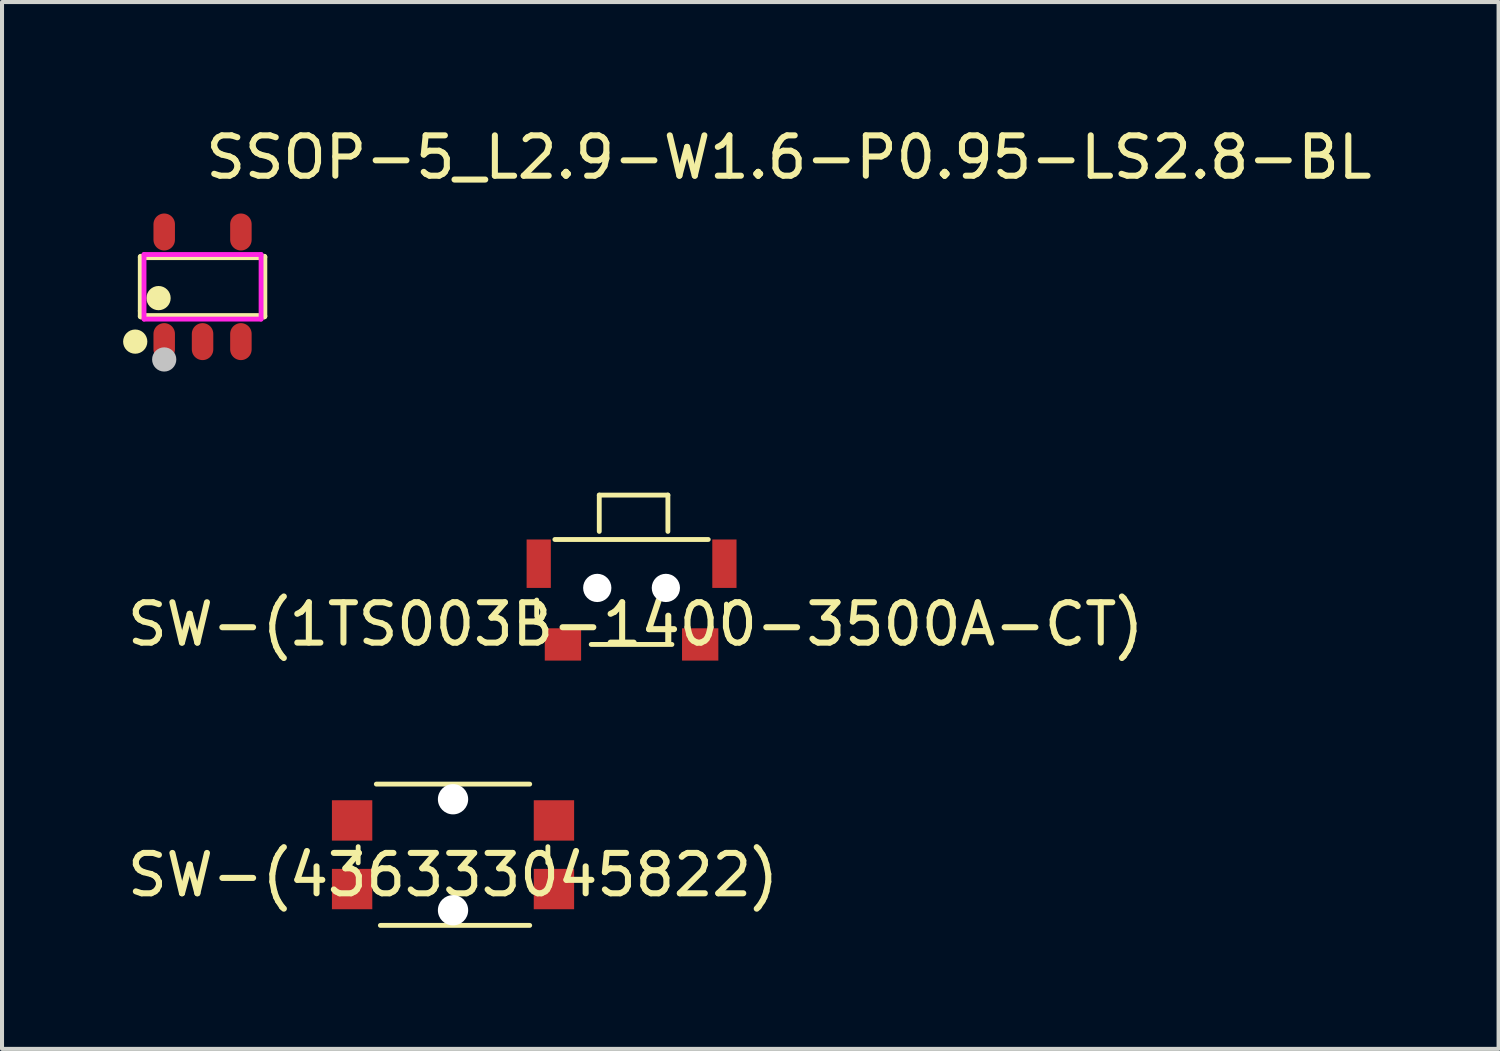
<source format=kicad_pcb>
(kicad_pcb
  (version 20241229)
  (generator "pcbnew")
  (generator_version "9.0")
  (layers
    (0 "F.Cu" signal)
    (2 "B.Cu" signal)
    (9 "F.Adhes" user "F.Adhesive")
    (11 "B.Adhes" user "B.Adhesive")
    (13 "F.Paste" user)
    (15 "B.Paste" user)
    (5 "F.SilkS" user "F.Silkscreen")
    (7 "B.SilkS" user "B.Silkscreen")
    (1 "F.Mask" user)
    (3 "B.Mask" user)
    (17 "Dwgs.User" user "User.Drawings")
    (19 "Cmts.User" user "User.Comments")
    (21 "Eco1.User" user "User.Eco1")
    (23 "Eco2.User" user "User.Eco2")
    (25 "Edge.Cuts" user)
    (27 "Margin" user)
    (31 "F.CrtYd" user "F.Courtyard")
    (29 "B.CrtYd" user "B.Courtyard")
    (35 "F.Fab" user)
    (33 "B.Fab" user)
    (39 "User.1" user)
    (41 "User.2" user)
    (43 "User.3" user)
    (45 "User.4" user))
  (footprint "SSOP-5_L2.9-W1.6-P0.95-LS2.8-BL"
    (layer "F.Cu")
    (at 1.968 4.055)
    (property "Reference" "SSOP-5_L2.9-W1.6-P0.95-LS2.8-BL" (at 0 -3.207 0) (layer "F.SilkS") (effects (font (size 1 1) (thickness 0.15)) (justify left)))
    (attr through_hole)
    (fp_line (start -1.527 -0.739) (end 1.527 -0.739) (stroke (width 0.152) (type solid)) (layer "F.SilkS"))
    (fp_line (start -1.527 0.597) (end -1.527 -0.739) (stroke (width 0.152) (type solid)) (layer "F.SilkS"))
    (fp_line (start -1.527 0.729) (end -1.527 0.597) (stroke (width 0.152) (type solid)) (layer "F.SilkS"))
    (fp_line (start 1.527 -0.739) (end 1.527 0.729) (stroke (width 0.152) (type solid)) (layer "F.SilkS"))
    (fp_line (start 1.527 0.729) (end -1.527 0.729) (stroke (width 0.152) (type solid)) (layer "F.SilkS"))
    (fp_circle (center -1.668 1.358) (end -1.518 1.358) (stroke (width 0.3) (type solid)) (fill no) (layer "F.SilkS"))
    (fp_circle (center -1.09 0.28) (end -0.94 0.28) (stroke (width 0.3) (type solid)) (fill no) (layer "F.SilkS"))
    (fp_circle (center -0.95 1.8) (end -0.8 1.8) (stroke (width 0.3) (type solid)) (fill no) (layer "Dwgs.User"))
    (fp_line (start -1.16 -1.21) (end -0.74 -1.21) (stroke (width 0.12) (type solid)) (layer "Eco2.User"))
    (fp_line (start -1.16 -0.79) (end -1.16 -1.21) (stroke (width 0.12) (type solid)) (layer "Eco2.User"))
    (fp_line (start -1.16 0.79) (end -0.74 0.79) (stroke (width 0.12) (type solid)) (layer "Eco2.User"))
    (fp_line (start -1.16 1.21) (end -1.16 0.79) (stroke (width 0.12) (type solid)) (layer "Eco2.User"))
    (fp_line (start -0.74 -1.21) (end -0.74 -0.79) (stroke (width 0.12) (type solid)) (layer "Eco2.User"))
    (fp_line (start -0.74 -0.79) (end -1.16 -0.79) (stroke (width 0.12) (type solid)) (layer "Eco2.User"))
    (fp_line (start -0.74 0.79) (end -0.74 1.21) (stroke (width 0.12) (type solid)) (layer "Eco2.User"))
    (fp_line (start -0.74 1.21) (end -1.16 1.21) (stroke (width 0.12) (type solid)) (layer "Eco2.User"))
    (fp_line (start -0.21 0.79) (end 0.21 0.79) (stroke (width 0.12) (type solid)) (layer "Eco2.User"))
    (fp_line (start -0.21 1.21) (end -0.21 0.79) (stroke (width 0.12) (type solid)) (layer "Eco2.User"))
    (fp_line (start 0.21 0.79) (end 0.21 1.21) (stroke (width 0.12) (type solid)) (layer "Eco2.User"))
    (fp_line (start 0.21 1.21) (end -0.21 1.21) (stroke (width 0.12) (type solid)) (layer "Eco2.User"))
    (fp_line (start 0.74 -1.21) (end 1.16 -1.21) (stroke (width 0.12) (type solid)) (layer "Eco2.User"))
    (fp_line (start 0.74 -0.79) (end 0.74 -1.21) (stroke (width 0.12) (type solid)) (layer "Eco2.User"))
    (fp_line (start 0.74 0.79) (end 1.16 0.79) (stroke (width 0.12) (type solid)) (layer "Eco2.User"))
    (fp_line (start 0.74 1.21) (end 0.74 0.79) (stroke (width 0.12) (type solid)) (layer "Eco2.User"))
    (fp_line (start 1.16 -1.21) (end 1.16 -0.79) (stroke (width 0.12) (type solid)) (layer "Eco2.User"))
    (fp_line (start 1.16 -0.79) (end 0.74 -0.79) (stroke (width 0.12) (type solid)) (layer "Eco2.User"))
    (fp_line (start 1.16 0.79) (end 1.16 1.21) (stroke (width 0.12) (type solid)) (layer "Eco2.User"))
    (fp_line (start 1.16 1.21) (end 0.74 1.21) (stroke (width 0.12) (type solid)) (layer "Eco2.User"))
    (fp_circle (center -1.45 1.4) (end -1.42 1.4) (stroke (width 0.06) (type solid)) (fill no) (layer "Eco2.User"))
    (fp_poly (pts (xy -1.16 -1.2) (xy -1.16 -1.4) (xy -0.74 -1.4) (xy -0.74 -1.2)) (stroke (width 0.12) (type solid)) (fill no) (layer "Eco2.User"))
    (fp_poly (pts (xy -1.16 1.4) (xy -1.16 1.2) (xy -0.74 1.2) (xy -0.74 1.4)) (stroke (width 0.12) (type solid)) (fill no) (layer "Eco2.User"))
    (fp_poly (pts (xy -0.21 1.4) (xy -0.21 1.2) (xy 0.21 1.2) (xy 0.21 1.4)) (stroke (width 0.12) (type solid)) (fill no) (layer "Eco2.User"))
    (fp_poly (pts (xy 0.74 -1.2) (xy 0.74 -1.4) (xy 1.16 -1.4) (xy 1.16 -1.2)) (stroke (width 0.12) (type solid)) (fill no) (layer "Eco2.User"))
    (fp_poly (pts (xy 0.74 1.4) (xy 0.74 1.2) (xy 1.16 1.2) (xy 1.16 1.4)) (stroke (width 0.12) (type solid)) (fill no) (layer "Eco2.User"))
    (fp_line (start -1.45 -0.8) (end 1.45 -0.8) (stroke (width 0.12) (type solid)) (layer "F.CrtYd"))
    (fp_line (start -1.45 0.8) (end -1.45 -0.8) (stroke (width 0.12) (type solid)) (layer "F.CrtYd"))
    (fp_line (start 1.45 -0.8) (end 1.45 0.8) (stroke (width 0.12) (type solid)) (layer "F.CrtYd"))
    (fp_line (start 1.45 0.8) (end -1.45 0.8) (stroke (width 0.12) (type solid)) (layer "F.CrtYd"))
    (pad "1" smd oval (at -0.95 1.358) (size 0.532 0.916) (layers "F.Cu" "F.Mask" "F.Paste"))
    (pad "2" smd oval (at 0 1.358) (size 0.532 0.916) (layers "F.Cu" "F.Mask" "F.Paste"))
    (pad "3" smd oval (at 0.95 1.358) (size 0.532 0.916) (layers "F.Cu" "F.Mask" "F.Paste"))
    (pad "4" smd oval (at 0.95 -1.358) (size 0.532 0.916) (layers "F.Cu" "F.Mask" "F.Paste"))
    (pad "5" smd oval (at -0.95 -1.358) (size 0.532 0.916) (layers "F.Cu" "F.Mask" "F.Paste")))
  (footprint "SW-(1TS003B-1400-3500A-CT)"
    (layer "F.Cu")
    (at 12.596 11.515)
    (property "Reference" "SW-(1TS003B-1400-3500A-CT)" (at 0.1 0.9 0) (layer "F.SilkS") (effects (font (size 1 1) (thickness 0.15))))
    (attr smd)
    (fp_line (start -2.35 0.3) (end -2.35 0.7) (stroke (width 0.12) (type solid)) (layer "F.SilkS"))
    (fp_line (start -1.9 -1.2) (end 1.9 -1.2) (stroke (width 0.12) (type solid)) (layer "F.SilkS"))
    (fp_line (start -1 1.4) (end 1 1.4) (stroke (width 0.12) (type solid)) (layer "F.SilkS"))
    (fp_line (start -0.8 -2.3) (end 0.9 -2.3) (stroke (width 0.12) (type solid)) (layer "F.SilkS"))
    (fp_line (start -0.8 -1.4) (end -0.8 -2.3) (stroke (width 0.12) (type solid)) (layer "F.SilkS"))
    (fp_line (start 0.9 -2.3) (end 0.9 -1.4) (stroke (width 0.12) (type solid)) (layer "F.SilkS"))
    (fp_line (start 2.35 0.4) (end 2.35 0.8) (stroke (width 0.12) (type solid)) (layer "F.SilkS"))
    (pad "" np_thru_hole circle (at -0.85 0) (size 0.7 0.7) (drill 0.7) (layers "*.Cu" "*.Mask"))
    (pad "" np_thru_hole circle (at 0.85 0) (size 0.7 0.7) (drill 0.7) (layers "*.Cu" "*.Mask"))
    (pad "1" smd rect (at 1.7 1.4) (size 0.9 0.8) (layers "F.Cu" "F.Mask" "F.Paste"))
    (pad "2" smd rect (at -1.7 1.4) (size 0.9 0.8) (layers "F.Cu" "F.Mask" "F.Paste"))
    (pad "3" smd rect (at 2.3 -0.6) (size 0.6 1.2) (layers "F.Cu" "F.Mask" "F.Paste"))
    (pad "4" smd rect (at -2.3 -0.6) (size 0.6 1.2) (layers "F.Cu" "F.Mask" "F.Paste")))
  (footprint "SW-(436333045822)"
    (layer "F.Cu")
    (at 8.173 18.125)
    (property "Reference" "SW-(436333045822)" (at 0 0.5 0) (layer "F.SilkS") (effects (font (size 1 1) (thickness 0.15))))
    (attr smd)
    (fp_line (start -2.35 -0.2) (end -2.35 0.2) (stroke (width 0.12) (type solid)) (layer "F.SilkS"))
    (fp_line (start -1.9 -1.75) (end 1.9 -1.75) (stroke (width 0.12) (type solid)) (layer "F.SilkS"))
    (fp_line (start -1.8 1.75) (end 1.9 1.75) (stroke (width 0.12) (type solid)) (layer "F.SilkS"))
    (fp_line (start 2.35 -0.2) (end 2.35 0.2) (stroke (width 0.12) (type solid)) (layer "F.SilkS"))
    (pad "" np_thru_hole circle (at 0 -1.375) (size 0.75 0.75) (drill 0.75) (layers "*.Cu" "*.Mask"))
    (pad "" np_thru_hole circle (at 0 1.375) (size 0.75 0.75) (drill 0.75) (layers "*.Cu" "*.Mask"))
    (pad "1" smd rect (at -2.5 -0.85) (size 1 1) (layers "F.Cu" "F.Mask" "F.Paste"))
    (pad "1" smd rect (at 2.5 -0.85) (size 1 1) (layers "F.Cu" "F.Mask" "F.Paste"))
    (pad "2" smd rect (at -2.5 0.85) (size 1 1) (layers "F.Cu" "F.Mask" "F.Paste"))
    (pad "2" smd rect (at 2.5 0.85) (size 1 1) (layers "F.Cu" "F.Mask" "F.Paste")))
  (gr_rect
    (start -3 -3)
    (end 34.075 22.935)
    (stroke (width 0.1) (type default))
    (fill no)
    (layer "Edge.Cuts")))
</source>
